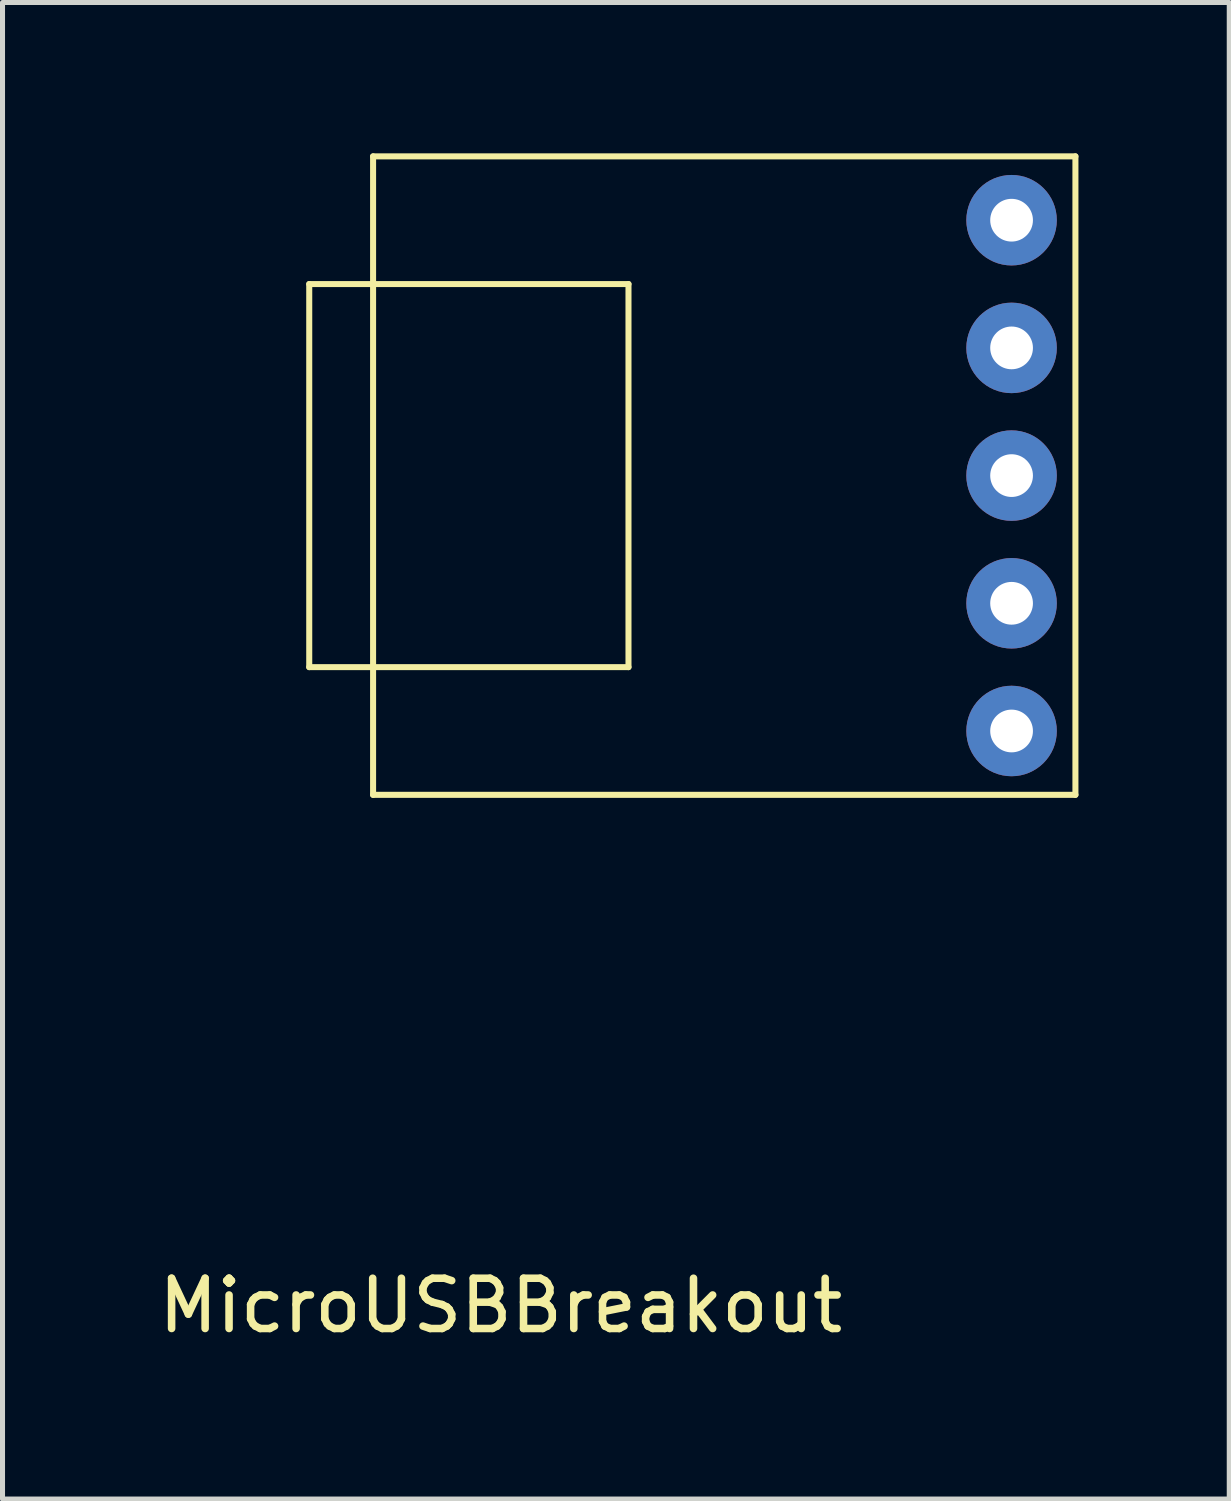
<source format=kicad_pcb>
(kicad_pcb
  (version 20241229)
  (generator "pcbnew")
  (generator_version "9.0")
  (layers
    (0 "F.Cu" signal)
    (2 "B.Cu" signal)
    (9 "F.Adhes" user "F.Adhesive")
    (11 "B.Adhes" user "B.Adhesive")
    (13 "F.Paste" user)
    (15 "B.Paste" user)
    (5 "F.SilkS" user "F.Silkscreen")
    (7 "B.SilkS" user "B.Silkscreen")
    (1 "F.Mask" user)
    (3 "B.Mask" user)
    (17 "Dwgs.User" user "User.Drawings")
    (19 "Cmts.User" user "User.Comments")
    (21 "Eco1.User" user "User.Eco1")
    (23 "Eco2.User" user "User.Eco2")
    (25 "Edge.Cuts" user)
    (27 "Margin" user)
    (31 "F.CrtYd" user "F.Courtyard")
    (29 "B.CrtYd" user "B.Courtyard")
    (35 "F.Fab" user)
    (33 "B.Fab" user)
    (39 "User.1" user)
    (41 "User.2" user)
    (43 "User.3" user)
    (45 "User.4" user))
  (footprint "MicroUSBBreakout"
    (layer "F.Cu")
    (at 10.721 6.41)
    (property "Reference" "MicroUSBBreakout" (at -3.81 16.51 0) (layer "F.SilkS") (effects (font (size 1 1) (thickness 0.15))))
    (attr through_hole)
    (fp_line (start -7.62 -3.81) (end -7.62 3.81) (stroke (width 0.12) (type solid)) (layer "F.SilkS"))
    (fp_line (start -7.62 3.81) (end -1.27 3.81) (stroke (width 0.12) (type solid)) (layer "F.SilkS"))
    (fp_line (start -6.35 -6.35) (end -6.35 6.35) (stroke (width 0.12) (type solid)) (layer "F.SilkS"))
    (fp_line (start -6.35 6.35) (end 7.62 6.35) (stroke (width 0.12) (type solid)) (layer "F.SilkS"))
    (fp_line (start -1.27 -3.81) (end -7.62 -3.81) (stroke (width 0.12) (type solid)) (layer "F.SilkS"))
    (fp_line (start -1.27 3.81) (end -1.27 -3.81) (stroke (width 0.12) (type solid)) (layer "F.SilkS"))
    (fp_line (start 7.62 -6.35) (end -6.35 -6.35) (stroke (width 0.12) (type solid)) (layer "F.SilkS"))
    (fp_line (start 7.62 6.35) (end 7.62 -6.35) (stroke (width 0.12) (type solid)) (layer "F.SilkS"))
    (pad "1" thru_hole circle (at 6.35 -5.08) (size 1.8 1.8) (drill 0.85) (layers "*.Cu" "*.Mask"))
    (pad "2" thru_hole circle (at 6.35 -2.54) (size 1.8 1.8) (drill 0.85) (layers "*.Cu" "*.Mask"))
    (pad "3" thru_hole circle (at 6.35 0) (size 1.8 1.8) (drill 0.85) (layers "*.Cu" "*.Mask"))
    (pad "4" thru_hole circle (at 6.35 2.54) (size 1.8 1.8) (drill 0.85) (layers "*.Cu" "*.Mask"))
    (pad "5" thru_hole circle (at 6.35 5.08) (size 1.8 1.8) (drill 0.85) (layers "*.Cu" "*.Mask")))
  (gr_rect
    (start -3 -3)
    (end 21.401 26.768)
    (stroke (width 0.1) (type default))
    (fill no)
    (layer "Edge.Cuts")))
</source>
